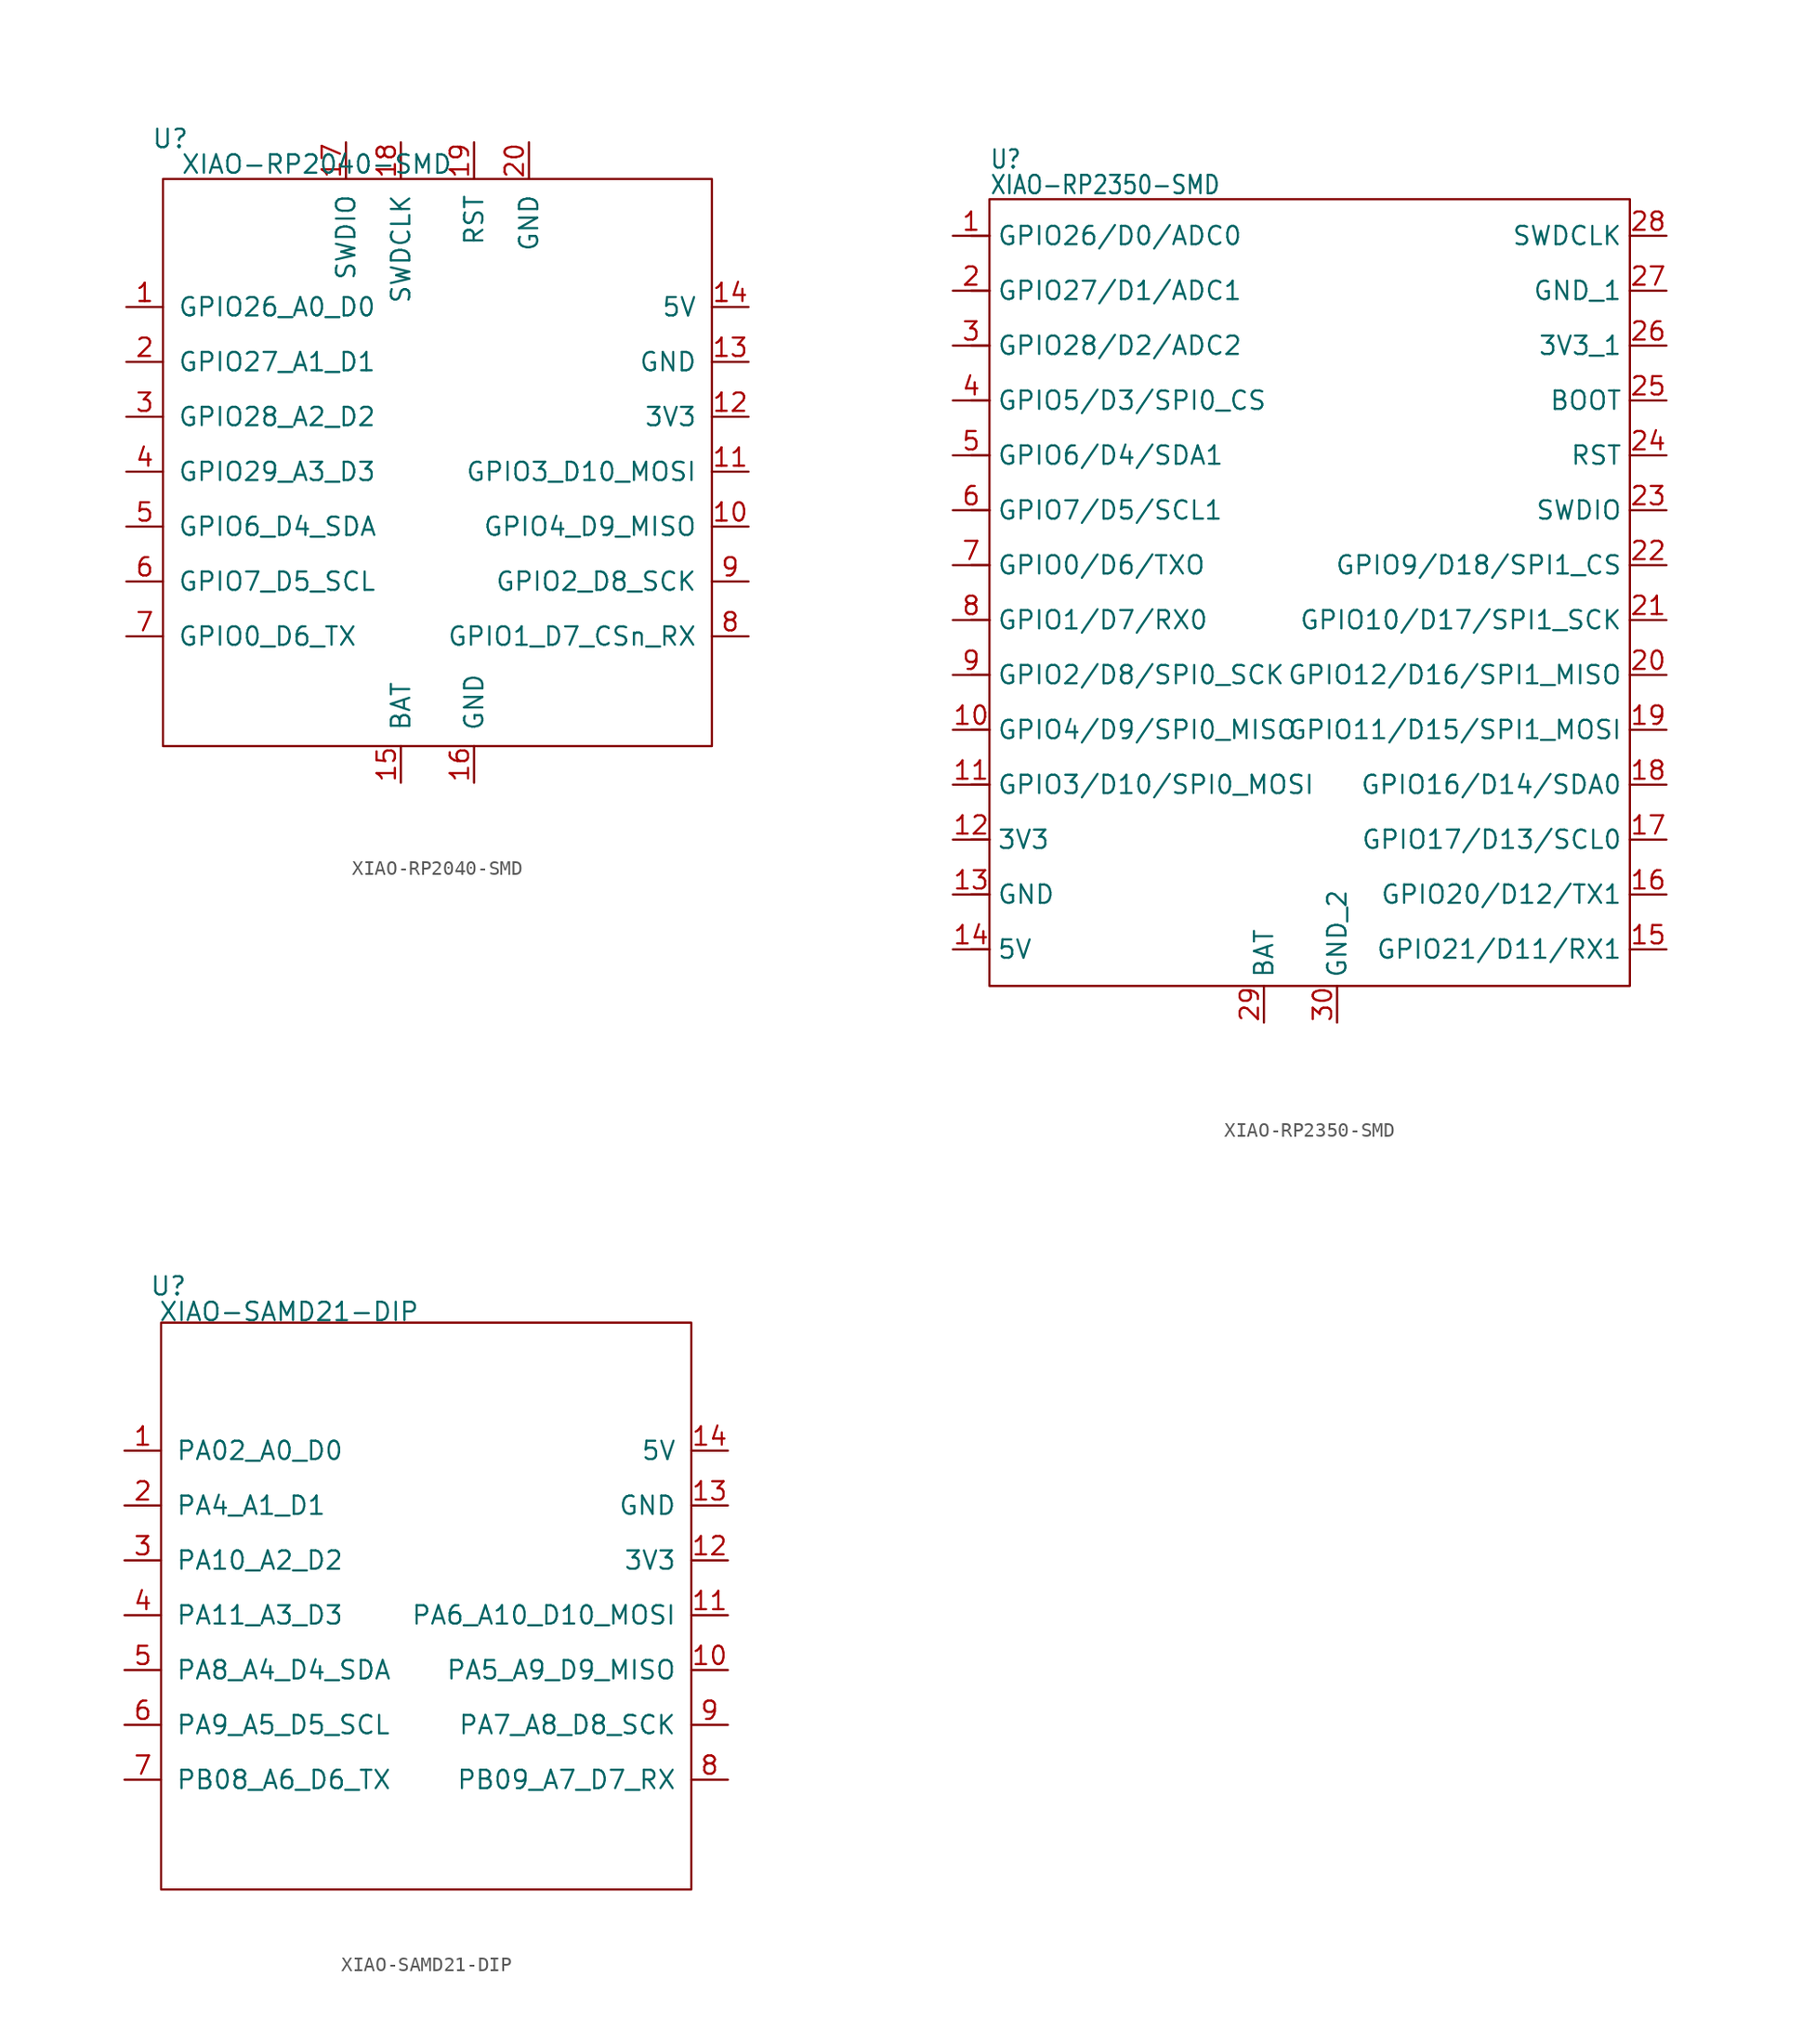
<source format=kicad_sym>
(kicad_symbol_lib
  (version 20241209)
  (generator "kicad_symbol_editor")
  (generator_version "9.0")
  (symbol "XIAO-RP2040-SMD"
    (pin_names
      (offset 1.016))
    (property "Reference" "U"
      (at -18.542 23.114 0)
      (effects (font (size 1.27 1.27))))
    (property "Value" "XIAO-RP2040-SMD"
      (at -8.382 21.336 0)
      (effects (font (size 1.27 1.27))))
    (symbol "XIAO-RP2040-SMD_0_1"
      (rectangle (start 19.05 -19.05) (end -19.05 20.32) (stroke (width 0) (type default)) (fill (type none))))
    (symbol "XIAO-RP2040-SMD_1_1"
      (pin passive line (at -21.59 11.43 0) (length 2.54) (name "GPIO26_A0_D0" (effects (font (size 1.27 1.27)))) (number "1" (effects (font (size 1.27 1.27)))))
      (pin passive line (at -21.59 7.62 0) (length 2.54) (name "GPIO27_A1_D1" (effects (font (size 1.27 1.27)))) (number "2" (effects (font (size 1.27 1.27)))))
      (pin passive line (at -21.59 3.81 0) (length 2.54) (name "GPIO28_A2_D2" (effects (font (size 1.27 1.27)))) (number "3" (effects (font (size 1.27 1.27)))))
      (pin passive line (at -21.59 0 0) (length 2.54) (name "GPIO29_A3_D3" (effects (font (size 1.27 1.27)))) (number "4" (effects (font (size 1.27 1.27)))))
      (pin passive line (at -21.59 -3.81 0) (length 2.54) (name "GPIO6_D4_SDA" (effects (font (size 1.27 1.27)))) (number "5" (effects (font (size 1.27 1.27)))))
      (pin passive line (at -21.59 -7.62 0) (length 2.54) (name "GPIO7_D5_SCL" (effects (font (size 1.27 1.27)))) (number "6" (effects (font (size 1.27 1.27)))))
      (pin passive line (at -21.59 -11.43 0) (length 2.54) (name "GPIO0_D6_TX" (effects (font (size 1.27 1.27)))) (number "7" (effects (font (size 1.27 1.27)))))
      (pin passive line (at -6.35 22.86 270) (length 2.54) (name "SWDIO" (effects (font (size 1.27 1.27)))) (number "17" (effects (font (size 1.27 1.27)))))
      (pin passive line (at -2.54 22.86 270) (length 2.54) (name "SWDCLK" (effects (font (size 1.27 1.27)))) (number "18" (effects (font (size 1.27 1.27)))))
      (pin passive line (at -2.54 -21.59 90) (length 2.54) (name "BAT" (effects (font (size 1.27 1.27)))) (number "15" (effects (font (size 1.27 1.27)))))
      (pin passive line (at 2.54 22.86 270) (length 2.54) (name "RST" (effects (font (size 1.27 1.27)))) (number "19" (effects (font (size 1.27 1.27)))))
      (pin passive line (at 2.54 -21.59 90) (length 2.54) (name "GND" (effects (font (size 1.27 1.27)))) (number "16" (effects (font (size 1.27 1.27)))))
      (pin passive line (at 6.35 22.86 270) (length 2.54) (name "GND" (effects (font (size 1.27 1.27)))) (number "20" (effects (font (size 1.27 1.27)))))
      (pin passive line (at 21.59 11.43 180) (length 2.54) (name "5V" (effects (font (size 1.27 1.27)))) (number "14" (effects (font (size 1.27 1.27)))))
      (pin passive line (at 21.59 7.62 180) (length 2.54) (name "GND" (effects (font (size 1.27 1.27)))) (number "13" (effects (font (size 1.27 1.27)))))
      (pin passive line (at 21.59 3.81 180) (length 2.54) (name "3V3" (effects (font (size 1.27 1.27)))) (number "12" (effects (font (size 1.27 1.27)))))
      (pin passive line (at 21.59 0 180) (length 2.54) (name "GPIO3_D10_MOSI" (effects (font (size 1.27 1.27)))) (number "11" (effects (font (size 1.27 1.27)))))
      (pin passive line (at 21.59 -3.81 180) (length 2.54) (name "GPIO4_D9_MISO" (effects (font (size 1.27 1.27)))) (number "10" (effects (font (size 1.27 1.27)))))
      (pin passive line (at 21.59 -7.62 180) (length 2.54) (name "GPIO2_D8_SCK" (effects (font (size 1.27 1.27)))) (number "9" (effects (font (size 1.27 1.27)))))
      (pin passive line (at 21.59 -11.43 180) (length 2.54) (name "GPIO1_D7_CSn_RX" (effects (font (size 1.27 1.27)))) (number "8" (effects (font (size 1.27 1.27)))))))
  (symbol "XIAO-RP2350-SMD"
    (property "Reference" "U"
      (at -21.59 27.432 0)
      (effects (font (size 1.27 1.079)) (justify left bottom)))
    (property "Value" "XIAO-RP2350-SMD"
      (at -21.59 25.654 0)
      (effects (font (size 1.27 1.079)) (justify left bottom)))
    (symbol "XIAO-RP2350-SMD_0_1"
      (rectangle (start -21.59 25.4) (end 22.86 -29.21) (stroke (width 0) (type default)) (fill (type none))))
    (symbol "XIAO-RP2350-SMD_1_0"
      (polyline (pts (xy -22.86 -3.81) (xy -21.59 -3.81)) (stroke (width 0.152) (type solid)) (fill (type none)))
      (polyline (pts (xy -22.86 -7.62) (xy -21.59 -7.62)) (stroke (width 0.152) (type solid)) (fill (type none)))
      (polyline (pts (xy -22.86 -11.43) (xy -21.59 -11.43)) (stroke (width 0.152) (type solid)) (fill (type none)))
      (polyline (pts (xy -22.86 -15.24) (xy -21.59 -15.24)) (stroke (width 0.152) (type solid)) (fill (type none)))
      (polyline (pts (xy -22.86 -19.05) (xy -21.59 -19.05)) (stroke (width 0.152) (type solid)) (fill (type none)))
      (polyline (pts (xy -22.86 -22.86) (xy -21.59 -22.86)) (stroke (width 0.152) (type solid)) (fill (type none)))
      (polyline (pts (xy -22.86 -26.67) (xy -21.59 -26.67)) (stroke (width 0.152) (type solid)) (fill (type none)))
      (polyline (pts (xy -21.59 22.86) (xy -22.86 22.86)) (stroke (width 0.152) (type solid)) (fill (type none)))
      (polyline (pts (xy -21.59 19.05) (xy -22.86 19.05)) (stroke (width 0.152) (type solid)) (fill (type none)))
      (polyline (pts (xy -21.59 15.24) (xy -22.86 15.24)) (stroke (width 0.152) (type solid)) (fill (type none)))
      (polyline (pts (xy -21.59 11.43) (xy -22.86 11.43)) (stroke (width 0.152) (type solid)) (fill (type none)))
      (polyline (pts (xy -21.59 7.62) (xy -22.86 7.62)) (stroke (width 0.152) (type solid)) (fill (type none)))
      (polyline (pts (xy -21.59 3.81) (xy -22.86 3.81)) (stroke (width 0.152) (type solid)) (fill (type none)))
      (polyline (pts (xy -21.59 0) (xy -22.86 0)) (stroke (width 0.152) (type solid)) (fill (type none)))
      (pin passive line (at -24.13 22.86 0) (length 2.54) (name "GPIO26/D0/ADC0" (effects (font (size 1.27 1.27)))) (number "1" (effects (font (size 1.27 1.27)))))
      (pin passive line (at -24.13 19.05 0) (length 2.54) (name "GPIO27/D1/ADC1" (effects (font (size 1.27 1.27)))) (number "2" (effects (font (size 1.27 1.27)))))
      (pin passive line (at -24.13 15.24 0) (length 2.54) (name "GPIO28/D2/ADC2" (effects (font (size 1.27 1.27)))) (number "3" (effects (font (size 1.27 1.27)))))
      (pin passive line (at -24.13 11.43 0) (length 2.54) (name "GPIO5/D3/SPI0_CS" (effects (font (size 1.27 1.27)))) (number "4" (effects (font (size 1.27 1.27)))))
      (pin passive line (at -24.13 7.62 0) (length 2.54) (name "GPIO6/D4/SDA1" (effects (font (size 1.27 1.27)))) (number "5" (effects (font (size 1.27 1.27)))))
      (pin passive line (at -24.13 3.81 0) (length 2.54) (name "GPIO7/D5/SCL1" (effects (font (size 1.27 1.27)))) (number "6" (effects (font (size 1.27 1.27)))))
      (pin passive line (at -24.13 0 0) (length 2.54) (name "GPIO0/D6/TXO" (effects (font (size 1.27 1.27)))) (number "7" (effects (font (size 1.27 1.27)))))
      (pin passive line (at -24.13 -3.81 0) (length 2.54) (name "GPIO1/D7/RX0" (effects (font (size 1.27 1.27)))) (number "8" (effects (font (size 1.27 1.27)))))
      (pin passive line (at -24.13 -7.62 0) (length 2.54) (name "GPIO2/D8/SPI0_SCK" (effects (font (size 1.27 1.27)))) (number "9" (effects (font (size 1.27 1.27)))))
      (pin passive line (at -24.13 -11.43 0) (length 2.54) (name "GPIO4/D9/SPI0_MISO" (effects (font (size 1.27 1.27)))) (number "10" (effects (font (size 1.27 1.27)))))
      (pin passive line (at -24.13 -15.24 0) (length 2.54) (name "GPIO3/D10/SPI0_MOSI" (effects (font (size 1.27 1.27)))) (number "11" (effects (font (size 1.27 1.27)))))
      (pin passive line (at -24.13 -19.05 0) (length 2.54) (name "3V3" (effects (font (size 1.27 1.27)))) (number "12" (effects (font (size 1.27 1.27)))))
      (pin passive line (at -24.13 -22.86 0) (length 2.54) (name "GND" (effects (font (size 1.27 1.27)))) (number "13" (effects (font (size 1.27 1.27)))))
      (pin passive line (at -24.13 -26.67 0) (length 2.54) (name "5V" (effects (font (size 1.27 1.27)))) (number "14" (effects (font (size 1.27 1.27))))))
    (symbol "XIAO-RP2350-SMD_1_1"
      (pin passive line (at -2.54 -31.75 90) (length 2.54) (name "BAT" (effects (font (size 1.27 1.27)))) (number "29" (effects (font (size 1.27 1.27)))))
      (pin passive line (at 2.54 -31.75 90) (length 2.54) (name "GND_2" (effects (font (size 1.27 1.27)))) (number "30" (effects (font (size 1.27 1.27)))))
      (pin passive line (at 25.4 22.86 180) (length 2.54) (name "SWDCLK" (effects (font (size 1.27 1.27)))) (number "28" (effects (font (size 1.27 1.27)))))
      (pin passive line (at 25.4 19.05 180) (length 2.54) (name "GND_1" (effects (font (size 1.27 1.27)))) (number "27" (effects (font (size 1.27 1.27)))))
      (pin passive line (at 25.4 15.24 180) (length 2.54) (name "3V3_1" (effects (font (size 1.27 1.27)))) (number "26" (effects (font (size 1.27 1.27)))))
      (pin passive line (at 25.4 11.43 180) (length 2.54) (name "BOOT" (effects (font (size 1.27 1.27)))) (number "25" (effects (font (size 1.27 1.27)))))
      (pin passive line (at 25.4 7.62 180) (length 2.54) (name "RST" (effects (font (size 1.27 1.27)))) (number "24" (effects (font (size 1.27 1.27)))))
      (pin passive line (at 25.4 3.81 180) (length 2.54) (name "SWDIO" (effects (font (size 1.27 1.27)))) (number "23" (effects (font (size 1.27 1.27)))))
      (pin passive line (at 25.4 0 180) (length 2.54) (name "GPIO9/D18/SPI1_CS" (effects (font (size 1.27 1.27)))) (number "22" (effects (font (size 1.27 1.27)))))
      (pin passive line (at 25.4 -3.81 180) (length 2.54) (name "GPIO10/D17/SPI1_SCK" (effects (font (size 1.27 1.27)))) (number "21" (effects (font (size 1.27 1.27)))))
      (pin passive line (at 25.4 -7.62 180) (length 2.54) (name "GPIO12/D16/SPI1_MISO" (effects (font (size 1.27 1.27)))) (number "20" (effects (font (size 1.27 1.27)))))
      (pin passive line (at 25.4 -11.43 180) (length 2.54) (name "GPIO11/D15/SPI1_MOSI" (effects (font (size 1.27 1.27)))) (number "19" (effects (font (size 1.27 1.27)))))
      (pin passive line (at 25.4 -15.24 180) (length 2.54) (name "GPIO16/D14/SDA0" (effects (font (size 1.27 1.27)))) (number "18" (effects (font (size 1.27 1.27)))))
      (pin passive line (at 25.4 -19.05 180) (length 2.54) (name "GPIO17/D13/SCL0" (effects (font (size 1.27 1.27)))) (number "17" (effects (font (size 1.27 1.27)))))
      (pin passive line (at 25.4 -22.86 180) (length 2.54) (name "GPIO20/D12/TX1" (effects (font (size 1.27 1.27)))) (number "16" (effects (font (size 1.27 1.27)))))
      (pin passive line (at 25.4 -26.67 180) (length 2.54) (name "GPIO21/D11/RX1" (effects (font (size 1.27 1.27)))) (number "15" (effects (font (size 1.27 1.27)))))))
  (symbol "XIAO-SAMD21-DIP"
    (pin_names
      (offset 1.016))
    (property "Reference" "U"
      (at -18.542 22.86 0)
      (effects (font (size 1.27 1.27))))
    (property "Value" "XIAO-SAMD21-DIP"
      (at -10.16 21.082 0)
      (effects (font (size 1.27 1.27))))
    (symbol "XIAO-SAMD21-DIP_0_1"
      (rectangle (start -19.05 20.32) (end 17.78 -19.05) (stroke (width 0) (type default)) (fill (type none))))
    (symbol "XIAO-SAMD21-DIP_1_1"
      (pin passive line (at -21.59 11.43 0) (length 2.54) (name "PA02_A0_D0" (effects (font (size 1.27 1.27)))) (number "1" (effects (font (size 1.27 1.27)))))
      (pin passive line (at -21.59 7.62 0) (length 2.54) (name "PA4_A1_D1" (effects (font (size 1.27 1.27)))) (number "2" (effects (font (size 1.27 1.27)))))
      (pin passive line (at -21.59 3.81 0) (length 2.54) (name "PA10_A2_D2" (effects (font (size 1.27 1.27)))) (number "3" (effects (font (size 1.27 1.27)))))
      (pin passive line (at -21.59 0 0) (length 2.54) (name "PA11_A3_D3" (effects (font (size 1.27 1.27)))) (number "4" (effects (font (size 1.27 1.27)))))
      (pin passive line (at -21.59 -3.81 0) (length 2.54) (name "PA8_A4_D4_SDA" (effects (font (size 1.27 1.27)))) (number "5" (effects (font (size 1.27 1.27)))))
      (pin passive line (at -21.59 -7.62 0) (length 2.54) (name "PA9_A5_D5_SCL" (effects (font (size 1.27 1.27)))) (number "6" (effects (font (size 1.27 1.27)))))
      (pin passive line (at -21.59 -11.43 0) (length 2.54) (name "PB08_A6_D6_TX" (effects (font (size 1.27 1.27)))) (number "7" (effects (font (size 1.27 1.27)))))
      (pin passive line (at 20.32 11.43 180) (length 2.54) (name "5V" (effects (font (size 1.27 1.27)))) (number "14" (effects (font (size 1.27 1.27)))))
      (pin passive line (at 20.32 7.62 180) (length 2.54) (name "GND" (effects (font (size 1.27 1.27)))) (number "13" (effects (font (size 1.27 1.27)))))
      (pin passive line (at 20.32 3.81 180) (length 2.54) (name "3V3" (effects (font (size 1.27 1.27)))) (number "12" (effects (font (size 1.27 1.27)))))
      (pin passive line (at 20.32 0 180) (length 2.54) (name "PA6_A10_D10_MOSI" (effects (font (size 1.27 1.27)))) (number "11" (effects (font (size 1.27 1.27)))))
      (pin passive line (at 20.32 -3.81 180) (length 2.54) (name "PA5_A9_D9_MISO" (effects (font (size 1.27 1.27)))) (number "10" (effects (font (size 1.27 1.27)))))
      (pin passive line (at 20.32 -7.62 180) (length 2.54) (name "PA7_A8_D8_SCK" (effects (font (size 1.27 1.27)))) (number "9" (effects (font (size 1.27 1.27)))))
      (pin passive line (at 20.32 -11.43 180) (length 2.54) (name "PB09_A7_D7_RX" (effects (font (size 1.27 1.27)))) (number "8" (effects (font (size 1.27 1.27))))))))
</source>
